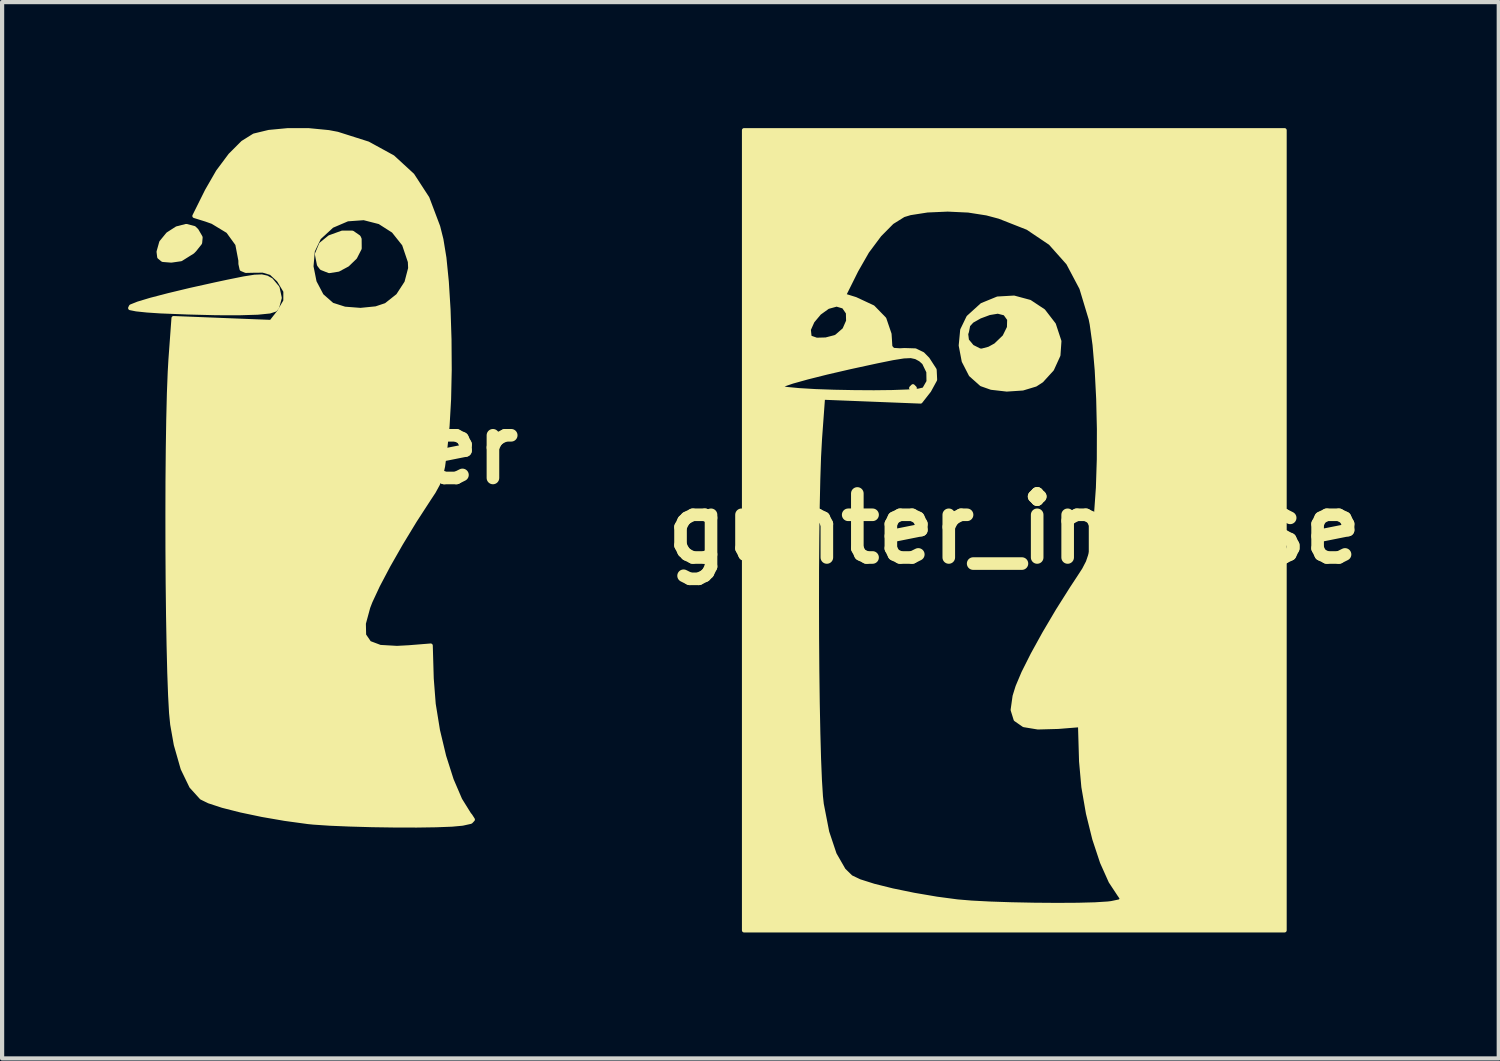
<source format=kicad_pcb>
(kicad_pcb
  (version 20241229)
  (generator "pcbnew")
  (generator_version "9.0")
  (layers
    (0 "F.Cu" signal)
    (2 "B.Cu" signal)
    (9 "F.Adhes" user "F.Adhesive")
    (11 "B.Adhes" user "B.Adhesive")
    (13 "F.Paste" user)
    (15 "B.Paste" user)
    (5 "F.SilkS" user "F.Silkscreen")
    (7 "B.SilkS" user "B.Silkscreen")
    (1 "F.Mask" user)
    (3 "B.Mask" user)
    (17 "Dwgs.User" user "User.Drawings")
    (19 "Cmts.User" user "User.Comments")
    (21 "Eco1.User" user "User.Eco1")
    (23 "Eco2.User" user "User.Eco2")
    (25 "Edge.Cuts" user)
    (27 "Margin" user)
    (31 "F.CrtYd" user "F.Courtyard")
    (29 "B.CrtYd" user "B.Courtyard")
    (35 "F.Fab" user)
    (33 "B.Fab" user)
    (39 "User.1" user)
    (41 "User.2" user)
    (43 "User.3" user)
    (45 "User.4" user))
  (footprint "gunter_inverse"
    (layer "F.Cu")
    (at 21.099 9.533)
    (property "Reference" "gunter_inverse" (at 0 0 0) (layer "F.SilkS") (effects (font (size 1.524 1.524) (thickness 0.3))))
    (attr through_hole)
    (fp_poly (pts (xy -2.371 -3.344) (xy -2.413 -3.302) (xy -2.455 -3.344) (xy -2.413 -3.387) (xy -2.371 -3.344)) (stroke (width 0.1) (type solid)) (fill yes) (layer "F.SilkS"))
    (fp_poly (pts (xy 1.072 -4.459) (xy 1.049 -4.126) (xy 0.897 -3.793) (xy 0.648 -3.52) (xy 0.504 -3.427) (xy 0.199 -3.335) (xy -0.12 -3.314) (xy -0.12 -4.982) (xy -0.22 -5.121) (xy -0.391 -5.165) (xy -0.596 -5.131) (xy -0.822 -5.047) (xy -1.009 -4.941) (xy -1.099 -4.842) (xy -1.101 -4.831) (xy -1.129 -4.689) (xy -1.148 -4.632) (xy -1.129 -4.478) (xy -1.005 -4.328) (xy -0.829 -4.239) (xy -0.775 -4.233) (xy -0.598 -4.28) (xy -0.443 -4.365) (xy -0.234 -4.566) (xy -0.126 -4.785) (xy -0.12 -4.982) (xy -0.12 -3.314) (xy -0.179 -3.31) (xy -0.547 -3.352) (xy -0.782 -3.435) (xy -1.036 -3.661) (xy -1.203 -3.986) (xy -1.274 -4.358) (xy -1.239 -4.726) (xy -1.093 -5.028) (xy -0.77 -5.321) (xy -0.397 -5.474) (xy -0.008 -5.496) (xy 0.367 -5.395) (xy 0.693 -5.179) (xy 0.941 -4.857) (xy 1.072 -4.459)) (stroke (width 0.1) (type solid)) (fill yes) (layer "F.SilkS"))
    (fp_poly (pts (xy 6.435 9.567) (xy 2.57 9.567) (xy 2.57 8.826) (xy 2.518 8.739) (xy 2.51 8.73) (xy 2.294 8.403) (xy 2.089 7.945) (xy 1.906 7.392) (xy 1.755 6.782) (xy 1.646 6.153) (xy 1.591 5.541) (xy 1.589 5.467) (xy 1.566 4.68) (xy 1.044 4.722) (xy 0.562 4.735) (xy 0.228 4.68) (xy 0.032 4.544) (xy -0.038 4.319) (xy 0.008 3.992) (xy 0.078 3.767) (xy 0.218 3.435) (xy 0.437 2.999) (xy 0.715 2.495) (xy 1.033 1.957) (xy 1.372 1.42) (xy 1.528 1.183) (xy 1.66 0.98) (xy 1.753 0.801) (xy 1.818 0.608) (xy 1.867 0.359) (xy 1.91 0.014) (xy 1.949 -0.363) (xy 1.992 -0.967) (xy 2.014 -1.648) (xy 2.016 -2.368) (xy 1.999 -3.089) (xy 1.964 -3.77) (xy 1.912 -4.374) (xy 1.845 -4.861) (xy 1.819 -4.991) (xy 1.598 -5.723) (xy 1.282 -6.32) (xy 0.86 -6.794) (xy 0.319 -7.158) (xy -0.354 -7.423) (xy -0.654 -7.503) (xy -1.094 -7.572) (xy -1.586 -7.595) (xy -2.068 -7.574) (xy -2.479 -7.51) (xy -2.638 -7.462) (xy -2.912 -7.291) (xy -3.209 -6.991) (xy -3.504 -6.596) (xy -3.762 -6.145) (xy -4.059 -5.548) (xy -3.782 -5.462) (xy -3.366 -5.268) (xy -3.095 -4.99) (xy -2.972 -4.629) (xy -2.963 -4.489) (xy -2.953 -4.324) (xy -2.889 -4.252) (xy -2.724 -4.241) (xy -2.614 -4.247) (xy -2.358 -4.239) (xy -2.182 -4.154) (xy -2.064 -4.034) (xy -1.898 -3.778) (xy -1.887 -3.543) (xy -2.029 -3.283) (xy -2.041 -3.268) (xy -2.041 -3.497) (xy -2.045 -3.732) (xy -2.149 -3.947) (xy -2.234 -4.023) (xy -2.341 -4.081) (xy -2.461 -4.107) (xy -2.634 -4.099) (xy -2.897 -4.057) (xy -3.271 -3.981) (xy -3.907 -3.843) (xy -3.955 -3.832) (xy -3.955 -4.939) (xy -3.96 -5.137) (xy -4.061 -5.284) (xy -4.23 -5.334) (xy -4.44 -5.276) (xy -4.643 -5.13) (xy -4.805 -4.936) (xy -4.894 -4.737) (xy -4.877 -4.573) (xy -4.854 -4.544) (xy -4.709 -4.493) (xy -4.486 -4.499) (xy -4.267 -4.556) (xy -4.23 -4.574) (xy -4.045 -4.735) (xy -3.955 -4.939) (xy -3.955 -3.832) (xy -4.465 -3.714) (xy -4.93 -3.597) (xy -5.285 -3.498) (xy -5.513 -3.42) (xy -5.599 -3.368) (xy -5.588 -3.355) (xy -5.42 -3.321) (xy -5.126 -3.293) (xy -4.739 -3.27) (xy -4.29 -3.254) (xy -3.814 -3.245) (xy -3.342 -3.242) (xy -2.906 -3.247) (xy -2.541 -3.26) (xy -2.277 -3.281) (xy -2.149 -3.311) (xy -2.147 -3.312) (xy -2.041 -3.497) (xy -2.041 -3.268) (xy -2.048 -3.259) (xy -2.232 -3.024) (xy -3.394 -3.07) (xy -4.556 -3.116) (xy -4.628 -2.13) (xy -4.651 -1.71) (xy -4.669 -1.167) (xy -4.683 -0.523) (xy -4.693 0.198) (xy -4.699 0.973) (xy -4.7 1.779) (xy -4.698 2.594) (xy -4.692 3.395) (xy -4.682 4.158) (xy -4.668 4.86) (xy -4.651 5.479) (xy -4.63 5.991) (xy -4.606 6.374) (xy -4.586 6.559) (xy -4.456 7.227) (xy -4.28 7.754) (xy -4.063 8.132) (xy -3.89 8.301) (xy -3.684 8.399) (xy -3.343 8.507) (xy -2.901 8.617) (xy -2.39 8.722) (xy -1.844 8.815) (xy -1.355 8.88) (xy -1.018 8.908) (xy -0.576 8.931) (xy -0.065 8.948) (xy 0.478 8.959) (xy 1.015 8.963) (xy 1.51 8.96) (xy 1.926 8.949) (xy 2.226 8.93) (xy 2.31 8.92) (xy 2.51 8.878) (xy 2.57 8.826) (xy 2.57 9.567) (xy 0 9.567) (xy -6.435 9.567) (xy -6.435 0.042) (xy -6.435 -9.483) (xy 0 -9.483) (xy 6.435 -9.483) (xy 6.435 0.042) (xy 6.435 9.567)) (stroke (width 0.1) (type solid)) (fill yes) (layer "F.SilkS")))
  (footprint "gunter"
    (layer "F.Cu")
    (at 5.638 7.64)
    (property "Reference" "gunter" (at 0 0 0) (layer "F.SilkS") (effects (font (size 1.524 1.524) (thickness 0.3))))
    (attr through_hole)
    (fp_poly (pts (xy -0.126 -4.775) (xy -0.234 -4.564) (xy -0.416 -4.388) (xy -0.634 -4.271) (xy -0.852 -4.237) (xy -1.031 -4.308) (xy -1.093 -4.389) (xy -1.142 -4.639) (xy -1.043 -4.876) (xy -0.84 -5.041) (xy -0.543 -5.149) (xy -0.301 -5.15) (xy -0.15 -5.046) (xy -0.128 -4.999) (xy -0.126 -4.775)) (stroke (width 0.1) (type solid)) (fill yes) (layer "F.SilkS"))
    (fp_poly (pts (xy -3.913 -5.04) (xy -3.925 -4.907) (xy -4.055 -4.743) (xy -4.102 -4.695) (xy -4.381 -4.52) (xy -4.61 -4.487) (xy -4.813 -4.503) (xy -4.896 -4.572) (xy -4.911 -4.696) (xy -4.848 -4.921) (xy -4.689 -5.115) (xy -4.476 -5.252) (xy -4.254 -5.309) (xy -4.066 -5.26) (xy -4.008 -5.203) (xy -3.913 -5.04)) (stroke (width 0.1) (type solid)) (fill yes) (layer "F.SilkS"))
    (fp_poly (pts (xy -2.029 -3.598) (xy -2.09 -3.374) (xy -2.134 -3.319) (xy -2.266 -3.276) (xy -2.553 -3.247) (xy -2.982 -3.234) (xy -3.539 -3.235) (xy -4.21 -3.252) (xy -4.868 -3.278) (xy -5.184 -3.299) (xy -5.443 -3.326) (xy -5.588 -3.355) (xy -5.588 -3.355) (xy -5.569 -3.394) (xy -5.401 -3.461) (xy -5.099 -3.552) (xy -4.68 -3.661) (xy -4.16 -3.786) (xy -3.556 -3.92) (xy -3.271 -3.981) (xy -2.885 -4.059) (xy -2.626 -4.1) (xy -2.456 -4.107) (xy -2.337 -4.08) (xy -2.234 -4.023) (xy -2.081 -3.839) (xy -2.029 -3.598)) (stroke (width 0.1) (type solid)) (fill yes) (layer "F.SilkS"))
    (fp_poly (pts (xy 2.569 8.822) (xy 2.519 8.875) (xy 2.33 8.917) (xy 2.31 8.92) (xy 2.072 8.942) (xy 1.701 8.956) (xy 1.236 8.963) (xy 0.712 8.962) (xy 0.167 8.954) (xy -0.362 8.939) (xy -0.839 8.919) (xy -1.225 8.893) (xy -1.355 8.88) (xy -1.904 8.805) (xy -2.447 8.711) (xy -2.952 8.605) (xy -3.386 8.495) (xy -3.713 8.388) (xy -3.89 8.301) (xy -4.133 8.033) (xy -4.338 7.609) (xy -4.501 7.038) (xy -4.586 6.559) (xy -4.613 6.286) (xy -4.636 5.866) (xy -4.656 5.323) (xy -4.672 4.68) (xy -4.685 3.96) (xy -4.694 3.185) (xy -4.699 2.378) (xy -4.7 1.563) (xy -4.698 0.763) (xy -4.691 -0.000246) (xy -4.68 -0.703) (xy -4.665 -1.322) (xy -4.645 -1.834) (xy -4.628 -2.13) (xy -4.556 -3.116) (xy -3.394 -3.07) (xy -2.232 -3.024) (xy -2.048 -3.259) (xy -1.893 -3.523) (xy -1.892 -3.758) (xy -2.044 -4.011) (xy -2.064 -4.034) (xy -2.233 -4.19) (xy -2.425 -4.248) (xy -2.614 -4.247) (xy -2.835 -4.242) (xy -2.935 -4.284) (xy -2.962 -4.407) (xy -2.963 -4.489) (xy -3.037 -4.878) (xy -3.259 -5.184) (xy -3.627 -5.407) (xy -3.782 -5.462) (xy -4.059 -5.548) (xy -3.762 -6.145) (xy -3.499 -6.602) (xy -3.205 -6.996) (xy -2.907 -7.294) (xy -2.638 -7.462) (xy -2.286 -7.547) (xy -1.832 -7.59) (xy -1.337 -7.589) (xy -0.864 -7.543) (xy -0.654 -7.503) (xy 0.073 -7.272) (xy 0.664 -6.948) (xy 1.131 -6.519) (xy 1.487 -5.971) (xy 1.743 -5.293) (xy 1.819 -4.991) (xy 1.891 -4.551) (xy 1.948 -3.982) (xy 1.989 -3.322) (xy 2.012 -2.61) (xy 2.017 -1.885) (xy 2.002 -1.186) (xy 1.966 -0.553) (xy 1.949 -0.363) (xy 1.902 0.089) (xy 1.859 0.412) (xy 1.807 0.648) (xy 1.737 0.835) (xy 1.638 1.016) (xy 1.528 1.183) (xy 1.187 1.708) (xy 1.079 1.886) (xy 1.079 -4.303) (xy 1.072 -4.459) (xy 0.932 -4.874) (xy 0.68 -5.191) (xy 0.35 -5.402) (xy -0.025 -5.498) (xy -0.415 -5.47) (xy -0.786 -5.311) (xy -1.093 -5.028) (xy -1.242 -4.716) (xy -1.274 -4.347) (xy -1.2 -3.976) (xy -1.03 -3.653) (xy -0.782 -3.435) (xy -0.481 -3.339) (xy -0.105 -3.31) (xy 0.265 -3.347) (xy 0.504 -3.427) (xy 0.788 -3.652) (xy 0.99 -3.963) (xy 1.079 -4.303) (xy 1.079 1.886) (xy 0.858 2.25) (xy 0.559 2.774) (xy 0.31 3.246) (xy 0.131 3.63) (xy 0.078 3.767) (xy -0.027 4.154) (xy -0.021 4.433) (xy 0.105 4.617) (xy 0.363 4.714) (xy 0.763 4.737) (xy 1.044 4.722) (xy 1.566 4.68) (xy 1.589 5.467) (xy 1.636 6.072) (xy 1.738 6.701) (xy 1.885 7.316) (xy 2.064 7.878) (xy 2.267 8.351) (xy 2.482 8.697) (xy 2.51 8.73) (xy 2.569 8.822)) (stroke (width 0.1) (type solid)) (fill yes) (layer "F.SilkS")))
  (gr_rect
    (start -3 -3)
    (end 32.633 22.15)
    (stroke (width 0.1) (type default))
    (fill no)
    (layer "Edge.Cuts")))
</source>
